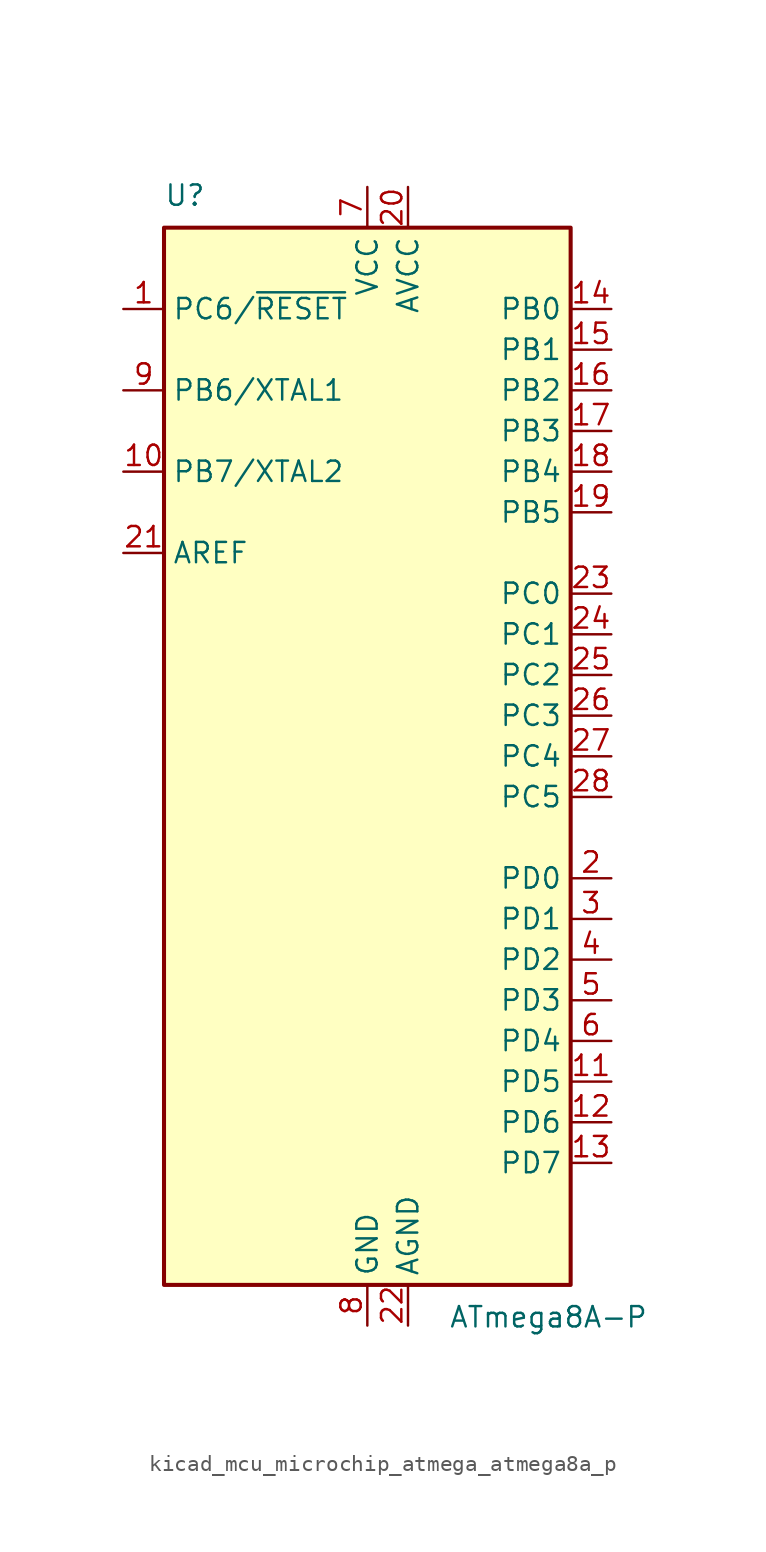
<source format=kicad_sym>
(kicad_symbol_lib
  (version 20220914)
  (generator kicad_symbol_editor)
  (symbol "kicad_mcu_microchip_atmega_atmega8a_p"
    (property "Reference" "U"
      (at -12.7 34.29 0)
      (effects (font (size 1.27 1.27)) (justify left bottom)))
    (property "Value" "ATmega8A-P"
      (at 5.08 -34.29 0)
      (effects (font (size 1.27 1.27)) (justify left top)))
    (symbol "kicad_mcu_microchip_atmega_atmega8a_p_0_1"
      (rectangle (start -12.7 -33.02) (end 12.7 33.02) (stroke (width 0.254) (type default)) (fill (type background))))
    (symbol "kicad_mcu_microchip_atmega_atmega8a_p_1_1"
      (pin bidirectional line (at -15.24 27.94 0) (length 2.54) (name "PC6/~{RESET}" (effects (font (size 1.27 1.27)))) (number "1" (effects (font (size 1.27 1.27)))))
      (pin bidirectional line (at -15.24 17.78 0) (length 2.54) (name "PB7/XTAL2" (effects (font (size 1.27 1.27)))) (number "10" (effects (font (size 1.27 1.27)))))
      (pin bidirectional line (at 15.24 -20.32 180) (length 2.54) (name "PD5" (effects (font (size 1.27 1.27)))) (number "11" (effects (font (size 1.27 1.27)))))
      (pin bidirectional line (at 15.24 -22.86 180) (length 2.54) (name "PD6" (effects (font (size 1.27 1.27)))) (number "12" (effects (font (size 1.27 1.27)))))
      (pin bidirectional line (at 15.24 -25.4 180) (length 2.54) (name "PD7" (effects (font (size 1.27 1.27)))) (number "13" (effects (font (size 1.27 1.27)))))
      (pin bidirectional line (at 15.24 27.94 180) (length 2.54) (name "PB0" (effects (font (size 1.27 1.27)))) (number "14" (effects (font (size 1.27 1.27)))))
      (pin bidirectional line (at 15.24 25.4 180) (length 2.54) (name "PB1" (effects (font (size 1.27 1.27)))) (number "15" (effects (font (size 1.27 1.27)))))
      (pin bidirectional line (at 15.24 22.86 180) (length 2.54) (name "PB2" (effects (font (size 1.27 1.27)))) (number "16" (effects (font (size 1.27 1.27)))))
      (pin bidirectional line (at 15.24 20.32 180) (length 2.54) (name "PB3" (effects (font (size 1.27 1.27)))) (number "17" (effects (font (size 1.27 1.27)))))
      (pin bidirectional line (at 15.24 17.78 180) (length 2.54) (name "PB4" (effects (font (size 1.27 1.27)))) (number "18" (effects (font (size 1.27 1.27)))))
      (pin bidirectional line (at 15.24 15.24 180) (length 2.54) (name "PB5" (effects (font (size 1.27 1.27)))) (number "19" (effects (font (size 1.27 1.27)))))
      (pin bidirectional line (at 15.24 -7.62 180) (length 2.54) (name "PD0" (effects (font (size 1.27 1.27)))) (number "2" (effects (font (size 1.27 1.27)))))
      (pin power_in line (at 2.54 35.56 270) (length 2.54) (name "AVCC" (effects (font (size 1.27 1.27)))) (number "20" (effects (font (size 1.27 1.27)))))
      (pin passive line (at -15.24 12.7 0) (length 2.54) (name "AREF" (effects (font (size 1.27 1.27)))) (number "21" (effects (font (size 1.27 1.27)))))
      (pin power_in line (at 2.54 -35.56 90) (length 2.54) (name "AGND" (effects (font (size 1.27 1.27)))) (number "22" (effects (font (size 1.27 1.27)))))
      (pin bidirectional line (at 15.24 10.16 180) (length 2.54) (name "PC0" (effects (font (size 1.27 1.27)))) (number "23" (effects (font (size 1.27 1.27)))))
      (pin bidirectional line (at 15.24 7.62 180) (length 2.54) (name "PC1" (effects (font (size 1.27 1.27)))) (number "24" (effects (font (size 1.27 1.27)))))
      (pin bidirectional line (at 15.24 5.08 180) (length 2.54) (name "PC2" (effects (font (size 1.27 1.27)))) (number "25" (effects (font (size 1.27 1.27)))))
      (pin bidirectional line (at 15.24 2.54 180) (length 2.54) (name "PC3" (effects (font (size 1.27 1.27)))) (number "26" (effects (font (size 1.27 1.27)))))
      (pin bidirectional line (at 15.24 0 180) (length 2.54) (name "PC4" (effects (font (size 1.27 1.27)))) (number "27" (effects (font (size 1.27 1.27)))))
      (pin bidirectional line (at 15.24 -2.54 180) (length 2.54) (name "PC5" (effects (font (size 1.27 1.27)))) (number "28" (effects (font (size 1.27 1.27)))))
      (pin bidirectional line (at 15.24 -10.16 180) (length 2.54) (name "PD1" (effects (font (size 1.27 1.27)))) (number "3" (effects (font (size 1.27 1.27)))))
      (pin bidirectional line (at 15.24 -12.7 180) (length 2.54) (name "PD2" (effects (font (size 1.27 1.27)))) (number "4" (effects (font (size 1.27 1.27)))))
      (pin bidirectional line (at 15.24 -15.24 180) (length 2.54) (name "PD3" (effects (font (size 1.27 1.27)))) (number "5" (effects (font (size 1.27 1.27)))))
      (pin bidirectional line (at 15.24 -17.78 180) (length 2.54) (name "PD4" (effects (font (size 1.27 1.27)))) (number "6" (effects (font (size 1.27 1.27)))))
      (pin power_in line (at 0 35.56 270) (length 2.54) (name "VCC" (effects (font (size 1.27 1.27)))) (number "7" (effects (font (size 1.27 1.27)))))
      (pin power_in line (at 0 -35.56 90) (length 2.54) (name "GND" (effects (font (size 1.27 1.27)))) (number "8" (effects (font (size 1.27 1.27)))))
      (pin bidirectional line (at -15.24 22.86 0) (length 2.54) (name "PB6/XTAL1" (effects (font (size 1.27 1.27)))) (number "9" (effects (font (size 1.27 1.27))))))))
</source>
